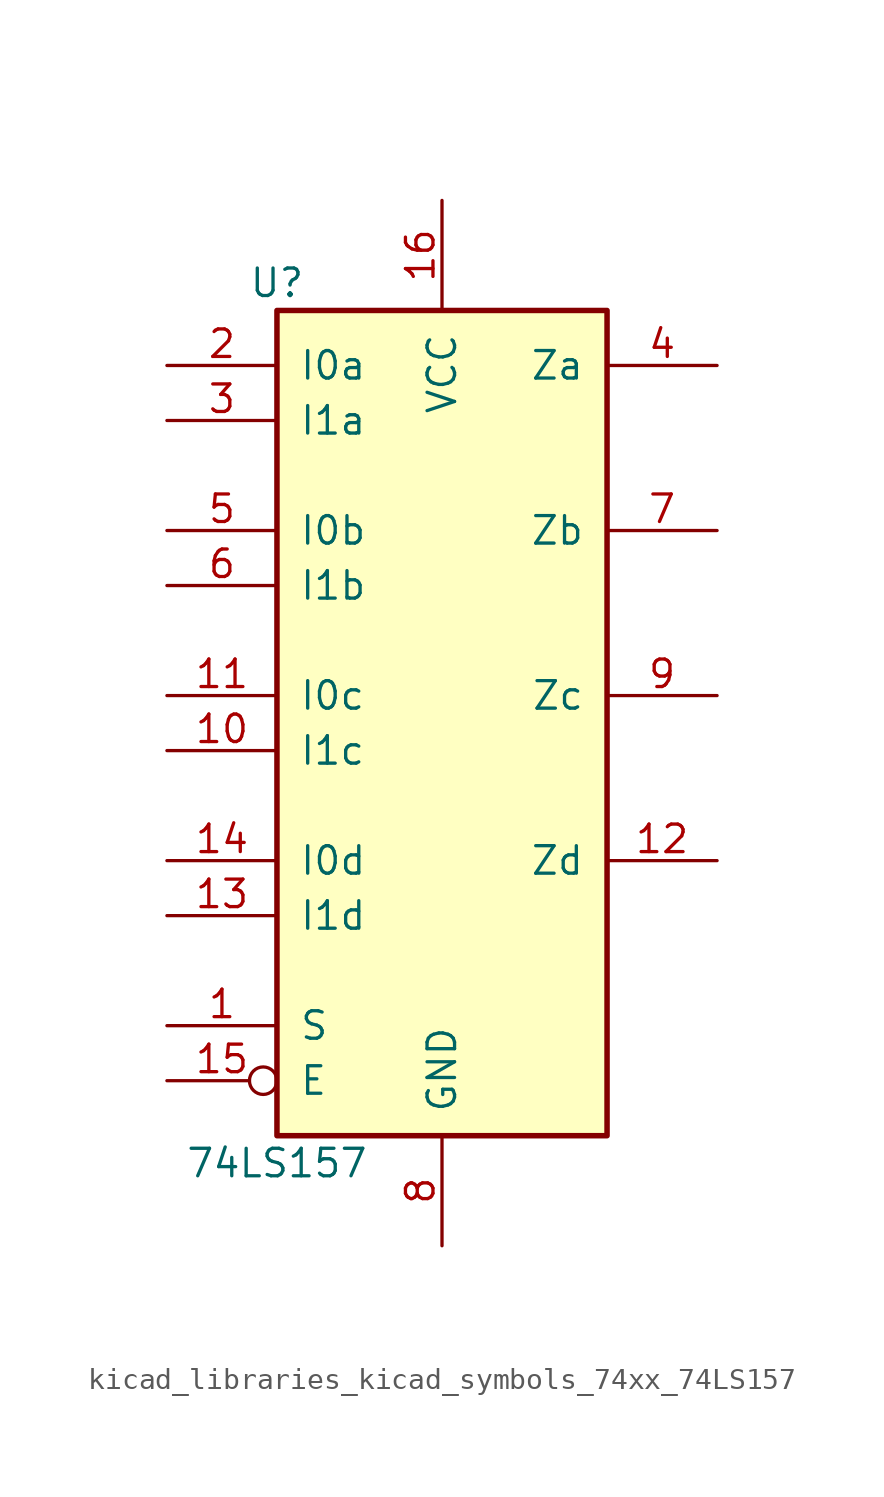
<source format=kicad_sym>
(kicad_symbol_lib
  (version 20220914)
  (generator kicad_symbol_editor)
  (symbol "kicad_libraries_kicad_symbols_74xx_74LS157"
    (pin_names
      (offset 1.016))
    (property "Reference" "U"
      (at -7.62 19.05 0)
      (effects (font (size 1.27 1.27))))
    (property "Value" "74LS157"
      (at -7.62 -21.59 0)
      (effects (font (size 1.27 1.27))))
    (property "ki_locked" ""
      (at 0 0 0)
      (effects (font (size 1.27 1.27))))
    (symbol "kicad_libraries_kicad_symbols_74xx_74LS157_1_0"
      (pin input line (at -12.7 -15.24 0) (length 5.08) (name "S" (effects (font (size 1.27 1.27)))) (number "1" (effects (font (size 1.27 1.27)))))
      (pin input line (at -12.7 -2.54 0) (length 5.08) (name "I1c" (effects (font (size 1.27 1.27)))) (number "10" (effects (font (size 1.27 1.27)))))
      (pin input line (at -12.7 0 0) (length 5.08) (name "I0c" (effects (font (size 1.27 1.27)))) (number "11" (effects (font (size 1.27 1.27)))))
      (pin output line (at 12.7 -7.62 180) (length 5.08) (name "Zd" (effects (font (size 1.27 1.27)))) (number "12" (effects (font (size 1.27 1.27)))))
      (pin input line (at -12.7 -10.16 0) (length 5.08) (name "I1d" (effects (font (size 1.27 1.27)))) (number "13" (effects (font (size 1.27 1.27)))))
      (pin input line (at -12.7 -7.62 0) (length 5.08) (name "I0d" (effects (font (size 1.27 1.27)))) (number "14" (effects (font (size 1.27 1.27)))))
      (pin input inverted (at -12.7 -17.78 0) (length 5.08) (name "E" (effects (font (size 1.27 1.27)))) (number "15" (effects (font (size 1.27 1.27)))))
      (pin power_in line (at 0 22.86 270) (length 5.08) (name "VCC" (effects (font (size 1.27 1.27)))) (number "16" (effects (font (size 1.27 1.27)))))
      (pin input line (at -12.7 15.24 0) (length 5.08) (name "I0a" (effects (font (size 1.27 1.27)))) (number "2" (effects (font (size 1.27 1.27)))))
      (pin input line (at -12.7 12.7 0) (length 5.08) (name "I1a" (effects (font (size 1.27 1.27)))) (number "3" (effects (font (size 1.27 1.27)))))
      (pin output line (at 12.7 15.24 180) (length 5.08) (name "Za" (effects (font (size 1.27 1.27)))) (number "4" (effects (font (size 1.27 1.27)))))
      (pin input line (at -12.7 7.62 0) (length 5.08) (name "I0b" (effects (font (size 1.27 1.27)))) (number "5" (effects (font (size 1.27 1.27)))))
      (pin input line (at -12.7 5.08 0) (length 5.08) (name "I1b" (effects (font (size 1.27 1.27)))) (number "6" (effects (font (size 1.27 1.27)))))
      (pin output line (at 12.7 7.62 180) (length 5.08) (name "Zb" (effects (font (size 1.27 1.27)))) (number "7" (effects (font (size 1.27 1.27)))))
      (pin power_in line (at 0 -25.4 90) (length 5.08) (name "GND" (effects (font (size 1.27 1.27)))) (number "8" (effects (font (size 1.27 1.27)))))
      (pin output line (at 12.7 0 180) (length 5.08) (name "Zc" (effects (font (size 1.27 1.27)))) (number "9" (effects (font (size 1.27 1.27))))))
    (symbol "kicad_libraries_kicad_symbols_74xx_74LS157_1_1"
      (rectangle (start -7.62 17.78) (end 7.62 -20.32) (stroke (width 0.254) (type default)) (fill (type background))))))
</source>
